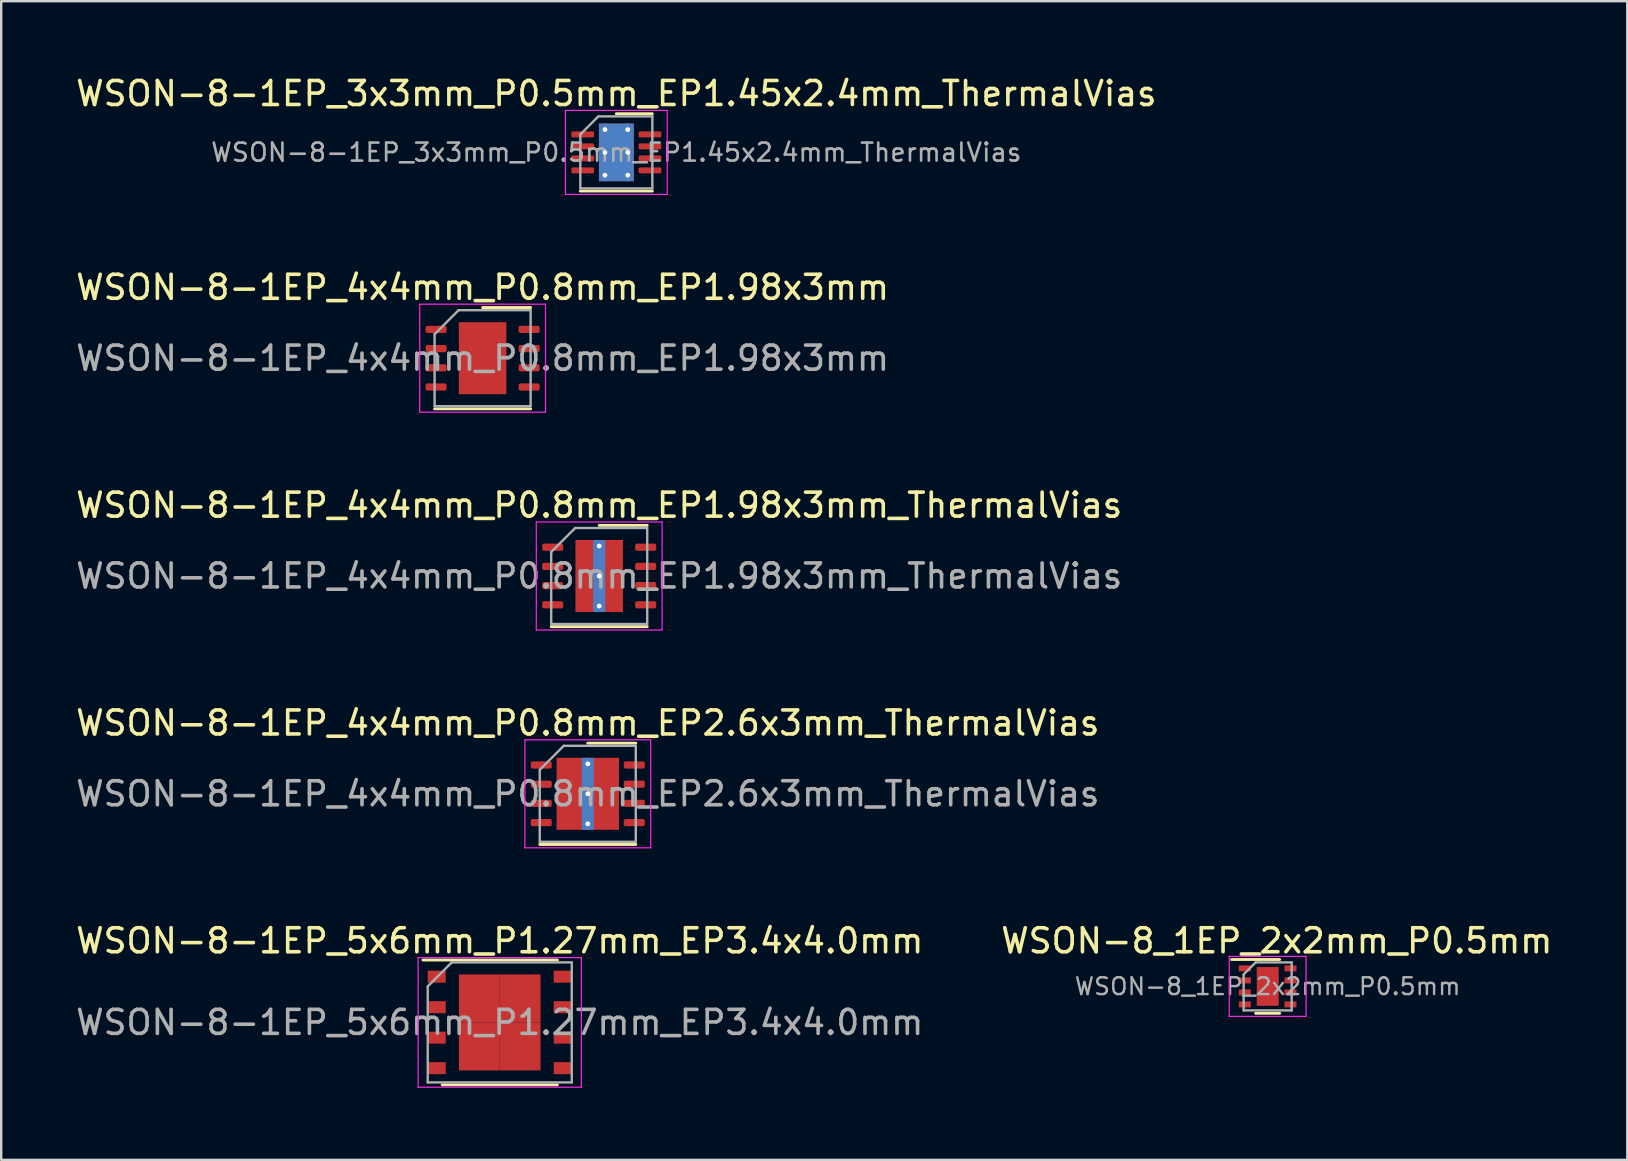
<source format=kicad_pcb>
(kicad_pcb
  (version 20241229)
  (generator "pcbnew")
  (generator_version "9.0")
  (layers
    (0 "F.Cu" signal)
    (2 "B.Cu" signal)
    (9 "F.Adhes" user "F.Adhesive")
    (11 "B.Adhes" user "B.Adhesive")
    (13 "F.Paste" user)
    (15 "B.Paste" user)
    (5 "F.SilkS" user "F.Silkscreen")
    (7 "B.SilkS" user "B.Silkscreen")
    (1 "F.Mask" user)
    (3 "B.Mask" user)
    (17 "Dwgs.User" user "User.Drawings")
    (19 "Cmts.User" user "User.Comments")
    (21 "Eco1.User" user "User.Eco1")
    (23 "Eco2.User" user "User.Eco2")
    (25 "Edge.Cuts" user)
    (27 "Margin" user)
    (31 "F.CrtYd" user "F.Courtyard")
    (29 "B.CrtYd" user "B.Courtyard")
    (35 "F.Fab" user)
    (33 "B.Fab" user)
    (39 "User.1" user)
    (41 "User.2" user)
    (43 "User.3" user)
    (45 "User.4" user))
  (footprint "WSON-8-1EP_5x6mm_P1.27mm_EP3.4x4.0mm"
    (layer "F.Cu")
    (at 17.768 39.541)
    (property "Reference" "WSON-8-1EP_5x6mm_P1.27mm_EP3.4x4.0mm" (at 0 -3.4 0) (layer "F.SilkS") (effects (font (size 1 1) (thickness 0.15))))
    (attr smd)
    (fp_line (start 2.4 -2.6) (end -3.2 -2.6) (stroke (width 0.12) (type solid)) (layer "F.SilkS"))
    (fp_line (start 2.4 2.6) (end -2.4 2.6) (stroke (width 0.12) (type solid)) (layer "F.SilkS"))
    (fp_line (start -3.4 -2.7) (end 3.4 -2.7) (stroke (width 0.05) (type solid)) (layer "F.CrtYd"))
    (fp_line (start -3.4 2.7) (end -3.4 -2.7) (stroke (width 0.05) (type solid)) (layer "F.CrtYd"))
    (fp_line (start 3.4 -2.7) (end 3.4 2.7) (stroke (width 0.05) (type solid)) (layer "F.CrtYd"))
    (fp_line (start 3.4 2.7) (end -3.4 2.7) (stroke (width 0.05) (type solid)) (layer "F.CrtYd"))
    (fp_line (start -3 -1.5) (end -3 2.5) (stroke (width 0.1) (type solid)) (layer "F.Fab"))
    (fp_line (start -2 -2.5) (end -3 -1.5) (stroke (width 0.1) (type solid)) (layer "F.Fab"))
    (fp_line (start -2 -2.5) (end 3 -2.5) (stroke (width 0.1) (type solid)) (layer "F.Fab"))
    (fp_line (start 3 -2.5) (end 3 2.5) (stroke (width 0.1) (type solid)) (layer "F.Fab"))
    (fp_line (start 3 2.5) (end -3 2.5) (stroke (width 0.1) (type solid)) (layer "F.Fab"))
    (fp_text user "${REFERENCE}" (at 0 0 0) (layer "F.Fab") (effects (font (size 1 1) (thickness 0.15))))
    (pad "1" smd rect (at -2.625 -1.905) (size 0.75 0.5) (layers "F.Cu" "F.Mask" "F.Paste"))
    (pad "2" smd rect (at -2.625 -0.635) (size 0.75 0.5) (layers "F.Cu" "F.Mask" "F.Paste"))
    (pad "3" smd rect (at -2.625 0.635) (size 0.75 0.5) (layers "F.Cu" "F.Mask" "F.Paste"))
    (pad "4" smd rect (at -2.625 1.905) (size 0.75 0.5) (layers "F.Cu" "F.Mask" "F.Paste"))
    (pad "5" smd rect (at 2.625 1.905 180) (size 0.75 0.5) (layers "F.Cu" "F.Mask" "F.Paste"))
    (pad "6" smd rect (at 2.625 0.635 180) (size 0.75 0.5) (layers "F.Cu" "F.Mask" "F.Paste"))
    (pad "7" smd rect (at 2.625 -0.635 180) (size 0.75 0.5) (layers "F.Cu" "F.Mask" "F.Paste"))
    (pad "8" smd rect (at 2.625 -1.905 180) (size 0.75 0.5) (layers "F.Cu" "F.Mask" "F.Paste"))
    (pad "9" smd rect (at -0.85 -1) (size 1.7 2) (layers "F.Cu" "F.Mask" "F.Paste"))
    (pad "9" smd rect (at -0.85 1) (size 1.7 2) (layers "F.Cu" "F.Mask" "F.Paste"))
    (pad "9" smd rect (at 0.85 -1) (size 1.7 2) (layers "F.Cu" "F.Mask" "F.Paste"))
    (pad "9" smd rect (at 0.85 1) (size 1.7 2) (layers "F.Cu" "F.Mask" "F.Paste")))
  (footprint "WSON-8-1EP_4x4mm_P0.8mm_EP1.98x3mm_ThermalVias"
    (layer "F.Cu")
    (at 21.911 20.945)
    (property "Reference" "WSON-8-1EP_4x4mm_P0.8mm_EP1.98x3mm_ThermalVias" (at 0 -2.95 0) (layer "F.SilkS") (effects (font (size 1 1) (thickness 0.15))))
    (attr smd)
    (fp_line (start -2 2.11) (end 2 2.11) (stroke (width 0.12) (type solid)) (layer "F.SilkS"))
    (fp_line (start 0 -2.11) (end 2 -2.11) (stroke (width 0.12) (type solid)) (layer "F.SilkS"))
    (fp_line (start -2.62 -2.25) (end -2.62 2.25) (stroke (width 0.05) (type solid)) (layer "F.CrtYd"))
    (fp_line (start -2.62 2.25) (end 2.62 2.25) (stroke (width 0.05) (type solid)) (layer "F.CrtYd"))
    (fp_line (start 2.62 -2.25) (end -2.62 -2.25) (stroke (width 0.05) (type solid)) (layer "F.CrtYd"))
    (fp_line (start 2.62 2.25) (end 2.62 -2.25) (stroke (width 0.05) (type solid)) (layer "F.CrtYd"))
    (fp_line (start -2 -1) (end -1 -2) (stroke (width 0.1) (type solid)) (layer "F.Fab"))
    (fp_line (start -2 2) (end -2 -1) (stroke (width 0.1) (type solid)) (layer "F.Fab"))
    (fp_line (start -1 -2) (end 2 -2) (stroke (width 0.1) (type solid)) (layer "F.Fab"))
    (fp_line (start 2 -2) (end 2 2) (stroke (width 0.1) (type solid)) (layer "F.Fab"))
    (fp_line (start 2 2) (end -2 2) (stroke (width 0.1) (type solid)) (layer "F.Fab"))
    (fp_text user "${REFERENCE}" (at 0 0 0) (layer "F.Fab") (effects (font (size 1 1) (thickness 0.15))))
    (pad "" smd roundrect (at -0.495 -0.625) (size 0.798 1.008) (layers "F.Paste") (roundrect_rratio 0.25))
    (pad "" smd roundrect (at -0.495 0.625) (size 0.798 1.008) (layers "F.Paste") (roundrect_rratio 0.25))
    (pad "" smd roundrect (at 0.495 -0.625) (size 0.798 1.008) (layers "F.Paste") (roundrect_rratio 0.25))
    (pad "" smd roundrect (at 0.495 0.625) (size 0.798 1.008) (layers "F.Paste") (roundrect_rratio 0.25))
    (pad "1" smd roundrect (at -1.938 -1.2) (size 0.875 0.3) (layers "F.Cu" "F.Mask" "F.Paste") (roundrect_rratio 0.25))
    (pad "2" smd roundrect (at -1.938 -0.4) (size 0.875 0.3) (layers "F.Cu" "F.Mask" "F.Paste") (roundrect_rratio 0.25))
    (pad "3" smd roundrect (at -1.938 0.4) (size 0.875 0.3) (layers "F.Cu" "F.Mask" "F.Paste") (roundrect_rratio 0.25))
    (pad "4" smd roundrect (at -1.938 1.2) (size 0.875 0.3) (layers "F.Cu" "F.Mask" "F.Paste") (roundrect_rratio 0.25))
    (pad "5" smd roundrect (at 1.938 1.2) (size 0.875 0.3) (layers "F.Cu" "F.Mask" "F.Paste") (roundrect_rratio 0.25))
    (pad "6" smd roundrect (at 1.938 0.4) (size 0.875 0.3) (layers "F.Cu" "F.Mask" "F.Paste") (roundrect_rratio 0.25))
    (pad "7" smd roundrect (at 1.938 -0.4) (size 0.875 0.3) (layers "F.Cu" "F.Mask" "F.Paste") (roundrect_rratio 0.25))
    (pad "8" smd roundrect (at 1.938 -1.2) (size 0.875 0.3) (layers "F.Cu" "F.Mask" "F.Paste") (roundrect_rratio 0.25))
    (pad "9" thru_hole circle (at 0 -1.25) (size 0.5 0.5) (drill 0.2) (layers "*.Cu"))
    (pad "9" thru_hole circle (at 0 0) (size 0.5 0.5) (drill 0.2) (layers "*.Cu"))
    (pad "9" smd rect (at 0 0) (size 0.5 3) (layers "B.Cu"))
    (pad "9" smd rect (at 0 0) (size 1.98 3) (layers "F.Cu" "F.Mask"))
    (pad "9" thru_hole circle (at 0 1.25) (size 0.5 0.5) (drill 0.2) (layers "*.Cu")))
  (footprint "WSON-8_1EP_2x2mm_P0.5mm"
    (layer "F.Cu")
    (at 49.757 38.041)
    (property "Reference" "WSON-8_1EP_2x2mm_P0.5mm" (at 0.38 -1.9 0) (layer "F.SilkS") (effects (font (size 1 1) (thickness 0.15))))
    (attr smd)
    (fp_line (start -1.5 -1.12) (end 0.5 -1.12) (stroke (width 0.12) (type solid)) (layer "F.SilkS"))
    (fp_line (start 0.5 1.12) (end -0.5 1.12) (stroke (width 0.12) (type solid)) (layer "F.SilkS"))
    (fp_line (start -1.6 -1.25) (end -1.6 1.25) (stroke (width 0.05) (type solid)) (layer "F.CrtYd"))
    (fp_line (start -1.6 -1.25) (end 1.6 -1.25) (stroke (width 0.05) (type solid)) (layer "F.CrtYd"))
    (fp_line (start -1.6 1.25) (end 1.6 1.25) (stroke (width 0.05) (type solid)) (layer "F.CrtYd"))
    (fp_line (start 1.6 -1.25) (end 1.6 1.25) (stroke (width 0.05) (type solid)) (layer "F.CrtYd"))
    (fp_line (start -1 1) (end -1 -0.5) (stroke (width 0.1) (type solid)) (layer "F.Fab"))
    (fp_line (start -0.5 -1) (end -1 -0.5) (stroke (width 0.1) (type solid)) (layer "F.Fab"))
    (fp_line (start -0.5 -1) (end 1 -1) (stroke (width 0.1) (type solid)) (layer "F.Fab"))
    (fp_line (start 1 -1) (end 1 1) (stroke (width 0.1) (type solid)) (layer "F.Fab"))
    (fp_line (start 1 1) (end -1 1) (stroke (width 0.1) (type solid)) (layer "F.Fab"))
    (fp_text user "${REFERENCE}" (at 0 0 0) (layer "F.Fab") (effects (font (size 0.7 0.7) (thickness 0.1))))
    (pad "1" smd rect (at -0.95 -0.75) (size 0.5 0.25) (layers "F.Cu" "F.Mask" "F.Paste"))
    (pad "2" smd rect (at -0.95 -0.25) (size 0.5 0.25) (layers "F.Cu" "F.Mask" "F.Paste"))
    (pad "3" smd rect (at -0.95 0.25) (size 0.5 0.25) (layers "F.Cu" "F.Mask" "F.Paste"))
    (pad "4" smd rect (at -0.95 0.75) (size 0.5 0.25) (layers "F.Cu" "F.Mask" "F.Paste"))
    (pad "5" smd rect (at 0.95 0.75) (size 0.5 0.25) (layers "F.Cu" "F.Mask" "F.Paste"))
    (pad "6" smd rect (at 0.95 0.25) (size 0.5 0.25) (layers "F.Cu" "F.Mask" "F.Paste"))
    (pad "7" smd rect (at 0.95 -0.25) (size 0.5 0.25) (layers "F.Cu" "F.Mask" "F.Paste"))
    (pad "8" smd rect (at 0.95 -0.75) (size 0.5 0.25) (layers "F.Cu" "F.Mask" "F.Paste"))
    (pad "9" smd rect (at 0 -0.45) (size 0.9 0.7) (layers "F.Cu" "F.Paste"))
    (pad "9" smd rect (at 0 0) (size 0.9 1.6) (layers "F.Cu" "F.Mask"))
    (pad "9" smd rect (at 0 0.45) (size 0.9 0.7) (layers "F.Cu" "F.Paste")))
  (footprint "WSON-8-1EP_4x4mm_P0.8mm_EP2.6x3mm_ThermalVias"
    (layer "F.Cu")
    (at 21.435 30.018)
    (property "Reference" "WSON-8-1EP_4x4mm_P0.8mm_EP2.6x3mm_ThermalVias" (at 0 -2.95 0) (layer "F.SilkS") (effects (font (size 1 1) (thickness 0.15))))
    (attr smd)
    (fp_line (start -2 2.11) (end 2 2.11) (stroke (width 0.12) (type solid)) (layer "F.SilkS"))
    (fp_line (start 0 -2.11) (end 2 -2.11) (stroke (width 0.12) (type solid)) (layer "F.SilkS"))
    (fp_line (start -2.62 -2.25) (end -2.62 2.25) (stroke (width 0.05) (type solid)) (layer "F.CrtYd"))
    (fp_line (start -2.62 2.25) (end 2.62 2.25) (stroke (width 0.05) (type solid)) (layer "F.CrtYd"))
    (fp_line (start 2.62 -2.25) (end -2.62 -2.25) (stroke (width 0.05) (type solid)) (layer "F.CrtYd"))
    (fp_line (start 2.62 2.25) (end 2.62 -2.25) (stroke (width 0.05) (type solid)) (layer "F.CrtYd"))
    (fp_line (start -2 -1) (end -1 -2) (stroke (width 0.1) (type solid)) (layer "F.Fab"))
    (fp_line (start -2 2) (end -2 -1) (stroke (width 0.1) (type solid)) (layer "F.Fab"))
    (fp_line (start -1 -2) (end 2 -2) (stroke (width 0.1) (type solid)) (layer "F.Fab"))
    (fp_line (start 2 -2) (end 2 2) (stroke (width 0.1) (type solid)) (layer "F.Fab"))
    (fp_line (start 2 2) (end -2 2) (stroke (width 0.1) (type solid)) (layer "F.Fab"))
    (fp_text user "${REFERENCE}" (at 0 0 0) (layer "F.Fab") (effects (font (size 1 1) (thickness 0.15))))
    (pad "" smd roundrect (at -0.65 -0.625) (size 1.048 1.008) (layers "F.Paste") (roundrect_rratio 0.248))
    (pad "" smd roundrect (at -0.65 0.625) (size 1.048 1.008) (layers "F.Paste") (roundrect_rratio 0.248))
    (pad "" smd roundrect (at 0.65 -0.625) (size 1.048 1.008) (layers "F.Paste") (roundrect_rratio 0.248))
    (pad "" smd roundrect (at 0.65 0.625) (size 1.048 1.008) (layers "F.Paste") (roundrect_rratio 0.248))
    (pad "1" smd roundrect (at -1.938 -1.2) (size 0.875 0.3) (layers "F.Cu" "F.Mask" "F.Paste") (roundrect_rratio 0.25))
    (pad "2" smd roundrect (at -1.938 -0.4) (size 0.875 0.3) (layers "F.Cu" "F.Mask" "F.Paste") (roundrect_rratio 0.25))
    (pad "3" smd roundrect (at -1.938 0.4) (size 0.875 0.3) (layers "F.Cu" "F.Mask" "F.Paste") (roundrect_rratio 0.25))
    (pad "4" smd roundrect (at -1.938 1.2) (size 0.875 0.3) (layers "F.Cu" "F.Mask" "F.Paste") (roundrect_rratio 0.25))
    (pad "5" smd roundrect (at 1.938 1.2) (size 0.875 0.3) (layers "F.Cu" "F.Mask" "F.Paste") (roundrect_rratio 0.25))
    (pad "6" smd roundrect (at 1.938 0.4) (size 0.875 0.3) (layers "F.Cu" "F.Mask" "F.Paste") (roundrect_rratio 0.25))
    (pad "7" smd roundrect (at 1.938 -0.4) (size 0.875 0.3) (layers "F.Cu" "F.Mask" "F.Paste") (roundrect_rratio 0.25))
    (pad "8" smd roundrect (at 1.938 -1.2) (size 0.875 0.3) (layers "F.Cu" "F.Mask" "F.Paste") (roundrect_rratio 0.25))
    (pad "9" thru_hole circle (at 0 -1.25) (size 0.5 0.5) (drill 0.2) (layers "*.Cu"))
    (pad "9" thru_hole circle (at 0 0) (size 0.5 0.5) (drill 0.2) (layers "*.Cu"))
    (pad "9" smd rect (at 0 0) (size 0.5 3) (layers "B.Cu"))
    (pad "9" smd rect (at 0 0) (size 2.6 3) (layers "F.Cu" "F.Mask"))
    (pad "9" thru_hole circle (at 0 1.25) (size 0.5 0.5) (drill 0.2) (layers "*.Cu")))
  (footprint "WSON-8-1EP_3x3mm_P0.5mm_EP1.45x2.4mm_ThermalVias"
    (layer "F.Cu")
    (at 22.625 3.298)
    (property "Reference" "WSON-8-1EP_3x3mm_P0.5mm_EP1.45x2.4mm_ThermalVias" (at 0 -2.45 0) (layer "F.SilkS") (effects (font (size 1 1) (thickness 0.15))))
    (attr smd)
    (fp_line (start -1.5 1.61) (end 1.5 1.61) (stroke (width 0.12) (type solid)) (layer "F.SilkS"))
    (fp_line (start 0 -1.61) (end 1.5 -1.61) (stroke (width 0.12) (type solid)) (layer "F.SilkS"))
    (fp_line (start -2.12 -1.75) (end -2.12 1.75) (stroke (width 0.05) (type solid)) (layer "F.CrtYd"))
    (fp_line (start -2.12 1.75) (end 2.12 1.75) (stroke (width 0.05) (type solid)) (layer "F.CrtYd"))
    (fp_line (start 2.12 -1.75) (end -2.12 -1.75) (stroke (width 0.05) (type solid)) (layer "F.CrtYd"))
    (fp_line (start 2.12 1.75) (end 2.12 -1.75) (stroke (width 0.05) (type solid)) (layer "F.CrtYd"))
    (fp_line (start -1.5 -0.75) (end -0.75 -1.5) (stroke (width 0.1) (type solid)) (layer "F.Fab"))
    (fp_line (start -1.5 1.5) (end -1.5 -0.75) (stroke (width 0.1) (type solid)) (layer "F.Fab"))
    (fp_line (start -0.75 -1.5) (end 1.5 -1.5) (stroke (width 0.1) (type solid)) (layer "F.Fab"))
    (fp_line (start 1.5 -1.5) (end 1.5 1.5) (stroke (width 0.1) (type solid)) (layer "F.Fab"))
    (fp_line (start 1.5 1.5) (end -1.5 1.5) (stroke (width 0.1) (type solid)) (layer "F.Fab"))
    (fp_text user "${REFERENCE}" (at 0 0 0) (layer "F.Fab") (effects (font (size 0.75 0.75) (thickness 0.11))))
    (pad "" smd roundrect (at 0 -0.6) (size 1.26 1.04) (layers "F.Paste") (roundrect_rratio 0.24))
    (pad "" smd roundrect (at 0 0.6) (size 1.26 1.04) (layers "F.Paste") (roundrect_rratio 0.24))
    (pad "1" smd roundrect (at -1.4 -0.75) (size 0.95 0.25) (layers "F.Cu" "F.Mask" "F.Paste") (roundrect_rratio 0.25))
    (pad "2" smd roundrect (at -1.4 -0.25) (size 0.95 0.25) (layers "F.Cu" "F.Mask" "F.Paste") (roundrect_rratio 0.25))
    (pad "3" smd roundrect (at -1.4 0.25) (size 0.95 0.25) (layers "F.Cu" "F.Mask" "F.Paste") (roundrect_rratio 0.25))
    (pad "4" smd roundrect (at -1.4 0.75) (size 0.95 0.25) (layers "F.Cu" "F.Mask" "F.Paste") (roundrect_rratio 0.25))
    (pad "5" smd roundrect (at 1.4 0.75) (size 0.95 0.25) (layers "F.Cu" "F.Mask" "F.Paste") (roundrect_rratio 0.25))
    (pad "6" smd roundrect (at 1.4 0.25) (size 0.95 0.25) (layers "F.Cu" "F.Mask" "F.Paste") (roundrect_rratio 0.25))
    (pad "7" smd roundrect (at 1.4 -0.25) (size 0.95 0.25) (layers "F.Cu" "F.Mask" "F.Paste") (roundrect_rratio 0.25))
    (pad "8" smd roundrect (at 1.4 -0.75) (size 0.95 0.25) (layers "F.Cu" "F.Mask" "F.Paste") (roundrect_rratio 0.25))
    (pad "9" thru_hole circle (at -0.475 -0.95) (size 0.5 0.5) (drill 0.2) (layers "*.Cu"))
    (pad "9" thru_hole circle (at -0.475 0) (size 0.5 0.5) (drill 0.2) (layers "*.Cu"))
    (pad "9" thru_hole circle (at -0.475 0.95) (size 0.5 0.5) (drill 0.2) (layers "*.Cu"))
    (pad "9" smd rect (at 0 0) (size 1.45 2.4) (layers "F.Cu" "F.Mask"))
    (pad "9" smd rect (at 0 0) (size 1.45 2.4) (layers "B.Cu"))
    (pad "9" thru_hole circle (at 0.475 -0.95) (size 0.5 0.5) (drill 0.2) (layers "*.Cu"))
    (pad "9" thru_hole circle (at 0.475 0) (size 0.5 0.5) (drill 0.2) (layers "*.Cu"))
    (pad "9" thru_hole circle (at 0.475 0.95) (size 0.5 0.5) (drill 0.2) (layers "*.Cu")))
  (footprint "WSON-8-1EP_4x4mm_P0.8mm_EP1.98x3mm"
    (layer "F.Cu")
    (at 17.054 11.871)
    (property "Reference" "WSON-8-1EP_4x4mm_P0.8mm_EP1.98x3mm" (at 0 -2.95 0) (layer "F.SilkS") (effects (font (size 1 1) (thickness 0.15))))
    (attr smd)
    (fp_line (start -2 2.11) (end 2 2.11) (stroke (width 0.12) (type solid)) (layer "F.SilkS"))
    (fp_line (start 0 -2.11) (end 2 -2.11) (stroke (width 0.12) (type solid)) (layer "F.SilkS"))
    (fp_line (start -2.62 -2.25) (end -2.62 2.25) (stroke (width 0.05) (type solid)) (layer "F.CrtYd"))
    (fp_line (start -2.62 2.25) (end 2.62 2.25) (stroke (width 0.05) (type solid)) (layer "F.CrtYd"))
    (fp_line (start 2.62 -2.25) (end -2.62 -2.25) (stroke (width 0.05) (type solid)) (layer "F.CrtYd"))
    (fp_line (start 2.62 2.25) (end 2.62 -2.25) (stroke (width 0.05) (type solid)) (layer "F.CrtYd"))
    (fp_line (start -2 -1) (end -1 -2) (stroke (width 0.1) (type solid)) (layer "F.Fab"))
    (fp_line (start -2 2) (end -2 -1) (stroke (width 0.1) (type solid)) (layer "F.Fab"))
    (fp_line (start -1 -2) (end 2 -2) (stroke (width 0.1) (type solid)) (layer "F.Fab"))
    (fp_line (start 2 -2) (end 2 2) (stroke (width 0.1) (type solid)) (layer "F.Fab"))
    (fp_line (start 2 2) (end -2 2) (stroke (width 0.1) (type solid)) (layer "F.Fab"))
    (fp_text user "${REFERENCE}" (at 0 0 0) (layer "F.Fab") (effects (font (size 1 1) (thickness 0.15))))
    (pad "" smd roundrect (at -0.495 -0.75) (size 0.8 1.21) (layers "F.Paste") (roundrect_rratio 0.25))
    (pad "" smd roundrect (at -0.495 0.75) (size 0.8 1.21) (layers "F.Paste") (roundrect_rratio 0.25))
    (pad "" smd roundrect (at 0.495 -0.75) (size 0.8 1.21) (layers "F.Paste") (roundrect_rratio 0.25))
    (pad "" smd roundrect (at 0.495 0.75) (size 0.8 1.21) (layers "F.Paste") (roundrect_rratio 0.25))
    (pad "1" smd roundrect (at -1.938 -1.2) (size 0.875 0.3) (layers "F.Cu" "F.Mask" "F.Paste") (roundrect_rratio 0.25))
    (pad "2" smd roundrect (at -1.938 -0.4) (size 0.875 0.3) (layers "F.Cu" "F.Mask" "F.Paste") (roundrect_rratio 0.25))
    (pad "3" smd roundrect (at -1.938 0.4) (size 0.875 0.3) (layers "F.Cu" "F.Mask" "F.Paste") (roundrect_rratio 0.25))
    (pad "4" smd roundrect (at -1.938 1.2) (size 0.875 0.3) (layers "F.Cu" "F.Mask" "F.Paste") (roundrect_rratio 0.25))
    (pad "5" smd roundrect (at 1.938 1.2) (size 0.875 0.3) (layers "F.Cu" "F.Mask" "F.Paste") (roundrect_rratio 0.25))
    (pad "6" smd roundrect (at 1.938 0.4) (size 0.875 0.3) (layers "F.Cu" "F.Mask" "F.Paste") (roundrect_rratio 0.25))
    (pad "7" smd roundrect (at 1.938 -0.4) (size 0.875 0.3) (layers "F.Cu" "F.Mask" "F.Paste") (roundrect_rratio 0.25))
    (pad "8" smd roundrect (at 1.938 -1.2) (size 0.875 0.3) (layers "F.Cu" "F.Mask" "F.Paste") (roundrect_rratio 0.25))
    (pad "9" smd rect (at 0 0) (size 1.98 3) (layers "F.Cu" "F.Mask")))
  (gr_rect
    (start -3 -3)
    (end 64.738 45.266)
    (stroke (width 0.1) (type default))
    (fill no)
    (layer "Edge.Cuts")))
</source>
